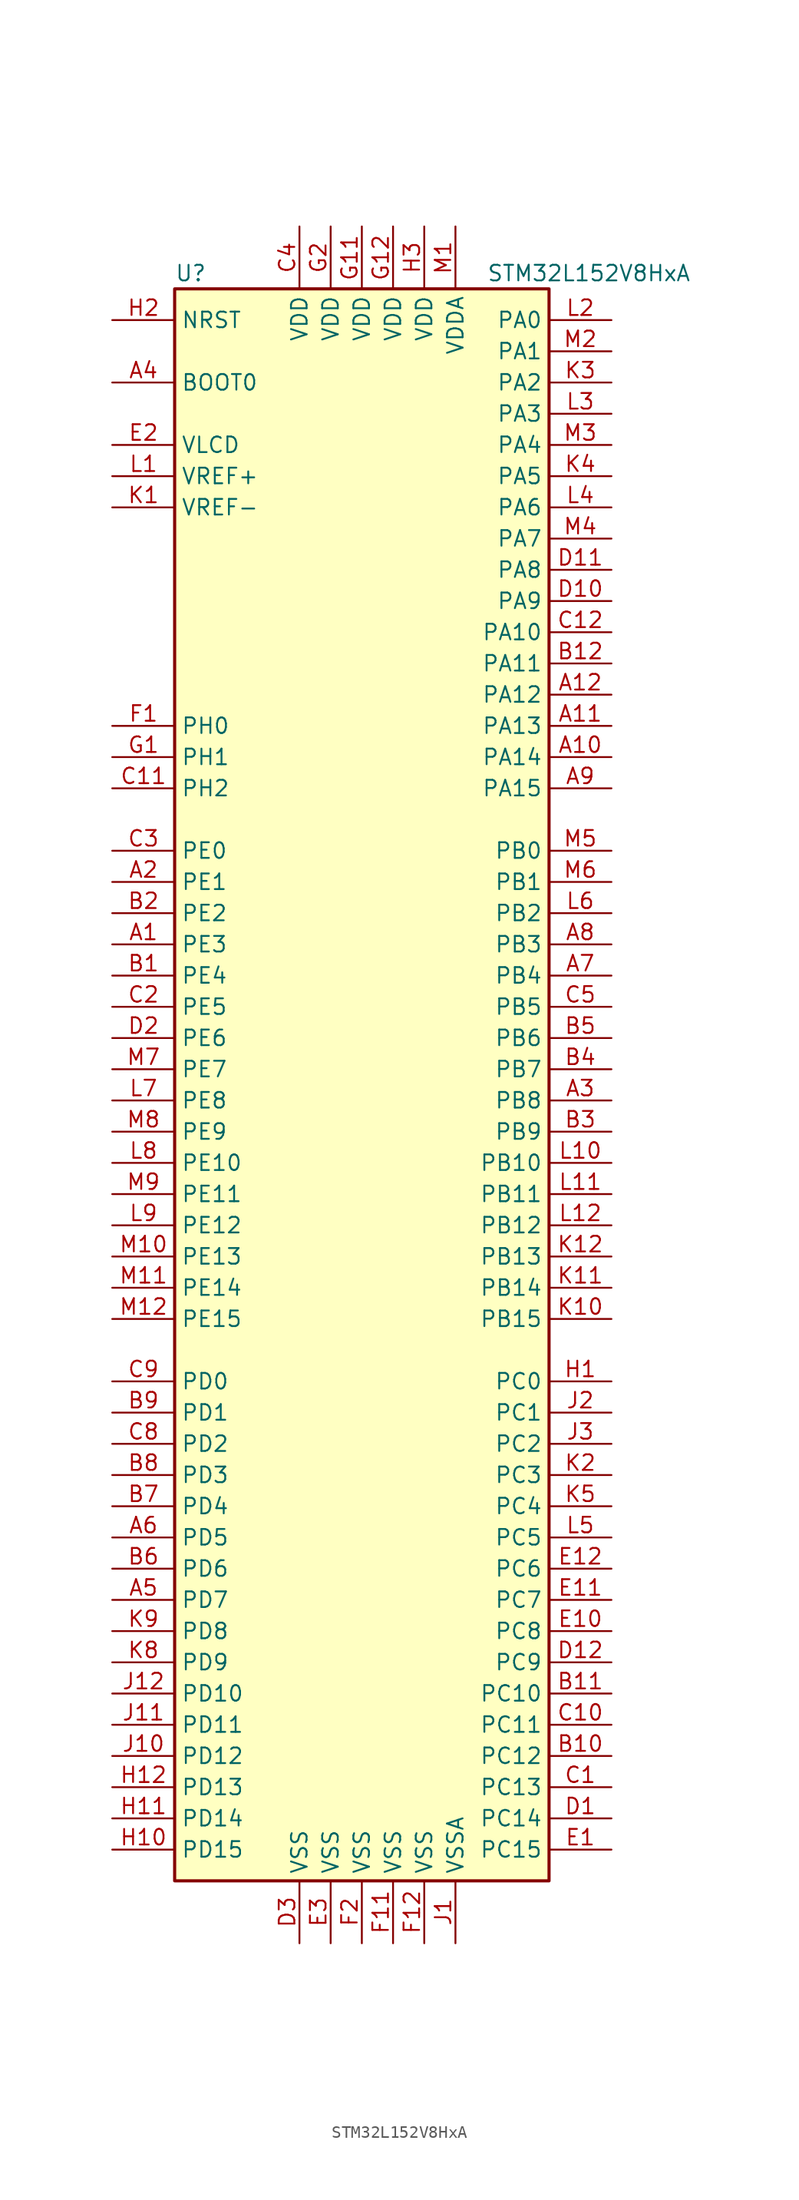
<source format=kicad_sym>
(kicad_symbol_lib
  (version 20201005)
  (generator kicad_symbol_editor)
  (symbol "MCU_ST_STM32L1:STM32L152V8HxA"
    (property "Reference" "U"
      (at -15.24 64.77 0)
      (effects (font (size 1.27 1.27)) (justify left)))
    (property "Value" "STM32L152V8HxA"
      (at 10.16 64.77 0)
      (effects (font (size 1.27 1.27)) (justify left)))
    (symbol "STM32L152V8HxA_0_1"
      (rectangle (start -15.24 -66.04) (end 15.24 63.5) (stroke (width 0.254)) (fill (type background))))
    (symbol "STM32L152V8HxA_1_1"
      (pin input line (at -20.32 55.88 0) (length 5.08) (name "BOOT0" (effects (font (size 1.27 1.27)))) (number "A4" (effects (font (size 1.27 1.27)))))
      (pin input line (at -20.32 60.96 0) (length 5.08) (name "NRST" (effects (font (size 1.27 1.27)))) (number "H2" (effects (font (size 1.27 1.27)))))
      (pin bidirectional line (at 20.32 60.96 180) (length 5.08) (name "PA0" (effects (font (size 1.27 1.27)))) (number "L2" (effects (font (size 1.27 1.27)))))
      (pin bidirectional line (at 20.32 58.42 180) (length 5.08) (name "PA1" (effects (font (size 1.27 1.27)))) (number "M2" (effects (font (size 1.27 1.27)))))
      (pin bidirectional line (at 20.32 35.56 180) (length 5.08) (name "PA10" (effects (font (size 1.27 1.27)))) (number "C12" (effects (font (size 1.27 1.27)))))
      (pin bidirectional line (at 20.32 33.02 180) (length 5.08) (name "PA11" (effects (font (size 1.27 1.27)))) (number "B12" (effects (font (size 1.27 1.27)))))
      (pin bidirectional line (at 20.32 30.48 180) (length 5.08) (name "PA12" (effects (font (size 1.27 1.27)))) (number "A12" (effects (font (size 1.27 1.27)))))
      (pin bidirectional line (at 20.32 27.94 180) (length 5.08) (name "PA13" (effects (font (size 1.27 1.27)))) (number "A11" (effects (font (size 1.27 1.27)))))
      (pin bidirectional line (at 20.32 25.4 180) (length 5.08) (name "PA14" (effects (font (size 1.27 1.27)))) (number "A10" (effects (font (size 1.27 1.27)))))
      (pin bidirectional line (at 20.32 22.86 180) (length 5.08) (name "PA15" (effects (font (size 1.27 1.27)))) (number "A9" (effects (font (size 1.27 1.27)))))
      (pin bidirectional line (at 20.32 55.88 180) (length 5.08) (name "PA2" (effects (font (size 1.27 1.27)))) (number "K3" (effects (font (size 1.27 1.27)))))
      (pin bidirectional line (at 20.32 53.34 180) (length 5.08) (name "PA3" (effects (font (size 1.27 1.27)))) (number "L3" (effects (font (size 1.27 1.27)))))
      (pin bidirectional line (at 20.32 50.8 180) (length 5.08) (name "PA4" (effects (font (size 1.27 1.27)))) (number "M3" (effects (font (size 1.27 1.27)))))
      (pin bidirectional line (at 20.32 48.26 180) (length 5.08) (name "PA5" (effects (font (size 1.27 1.27)))) (number "K4" (effects (font (size 1.27 1.27)))))
      (pin bidirectional line (at 20.32 45.72 180) (length 5.08) (name "PA6" (effects (font (size 1.27 1.27)))) (number "L4" (effects (font (size 1.27 1.27)))))
      (pin bidirectional line (at 20.32 43.18 180) (length 5.08) (name "PA7" (effects (font (size 1.27 1.27)))) (number "M4" (effects (font (size 1.27 1.27)))))
      (pin bidirectional line (at 20.32 40.64 180) (length 5.08) (name "PA8" (effects (font (size 1.27 1.27)))) (number "D11" (effects (font (size 1.27 1.27)))))
      (pin bidirectional line (at 20.32 38.1 180) (length 5.08) (name "PA9" (effects (font (size 1.27 1.27)))) (number "D10" (effects (font (size 1.27 1.27)))))
      (pin bidirectional line (at 20.32 17.78 180) (length 5.08) (name "PB0" (effects (font (size 1.27 1.27)))) (number "M5" (effects (font (size 1.27 1.27)))))
      (pin bidirectional line (at 20.32 15.24 180) (length 5.08) (name "PB1" (effects (font (size 1.27 1.27)))) (number "M6" (effects (font (size 1.27 1.27)))))
      (pin bidirectional line (at 20.32 -7.62 180) (length 5.08) (name "PB10" (effects (font (size 1.27 1.27)))) (number "L10" (effects (font (size 1.27 1.27)))))
      (pin bidirectional line (at 20.32 -10.16 180) (length 5.08) (name "PB11" (effects (font (size 1.27 1.27)))) (number "L11" (effects (font (size 1.27 1.27)))))
      (pin bidirectional line (at 20.32 -12.7 180) (length 5.08) (name "PB12" (effects (font (size 1.27 1.27)))) (number "L12" (effects (font (size 1.27 1.27)))))
      (pin bidirectional line (at 20.32 -15.24 180) (length 5.08) (name "PB13" (effects (font (size 1.27 1.27)))) (number "K12" (effects (font (size 1.27 1.27)))))
      (pin bidirectional line (at 20.32 -17.78 180) (length 5.08) (name "PB14" (effects (font (size 1.27 1.27)))) (number "K11" (effects (font (size 1.27 1.27)))))
      (pin bidirectional line (at 20.32 -20.32 180) (length 5.08) (name "PB15" (effects (font (size 1.27 1.27)))) (number "K10" (effects (font (size 1.27 1.27)))))
      (pin bidirectional line (at 20.32 12.7 180) (length 5.08) (name "PB2" (effects (font (size 1.27 1.27)))) (number "L6" (effects (font (size 1.27 1.27)))))
      (pin bidirectional line (at 20.32 10.16 180) (length 5.08) (name "PB3" (effects (font (size 1.27 1.27)))) (number "A8" (effects (font (size 1.27 1.27)))))
      (pin bidirectional line (at 20.32 7.62 180) (length 5.08) (name "PB4" (effects (font (size 1.27 1.27)))) (number "A7" (effects (font (size 1.27 1.27)))))
      (pin bidirectional line (at 20.32 5.08 180) (length 5.08) (name "PB5" (effects (font (size 1.27 1.27)))) (number "C5" (effects (font (size 1.27 1.27)))))
      (pin bidirectional line (at 20.32 2.54 180) (length 5.08) (name "PB6" (effects (font (size 1.27 1.27)))) (number "B5" (effects (font (size 1.27 1.27)))))
      (pin bidirectional line (at 20.32 0 180) (length 5.08) (name "PB7" (effects (font (size 1.27 1.27)))) (number "B4" (effects (font (size 1.27 1.27)))))
      (pin bidirectional line (at 20.32 -2.54 180) (length 5.08) (name "PB8" (effects (font (size 1.27 1.27)))) (number "A3" (effects (font (size 1.27 1.27)))))
      (pin bidirectional line (at 20.32 -5.08 180) (length 5.08) (name "PB9" (effects (font (size 1.27 1.27)))) (number "B3" (effects (font (size 1.27 1.27)))))
      (pin bidirectional line (at 20.32 -25.4 180) (length 5.08) (name "PC0" (effects (font (size 1.27 1.27)))) (number "H1" (effects (font (size 1.27 1.27)))))
      (pin bidirectional line (at 20.32 -27.94 180) (length 5.08) (name "PC1" (effects (font (size 1.27 1.27)))) (number "J2" (effects (font (size 1.27 1.27)))))
      (pin bidirectional line (at 20.32 -50.8 180) (length 5.08) (name "PC10" (effects (font (size 1.27 1.27)))) (number "B11" (effects (font (size 1.27 1.27)))))
      (pin bidirectional line (at 20.32 -53.34 180) (length 5.08) (name "PC11" (effects (font (size 1.27 1.27)))) (number "C10" (effects (font (size 1.27 1.27)))))
      (pin bidirectional line (at 20.32 -55.88 180) (length 5.08) (name "PC12" (effects (font (size 1.27 1.27)))) (number "B10" (effects (font (size 1.27 1.27)))))
      (pin bidirectional line (at 20.32 -58.42 180) (length 5.08) (name "PC13" (effects (font (size 1.27 1.27)))) (number "C1" (effects (font (size 1.27 1.27)))))
      (pin bidirectional line (at 20.32 -60.96 180) (length 5.08) (name "PC14" (effects (font (size 1.27 1.27)))) (number "D1" (effects (font (size 1.27 1.27)))))
      (pin bidirectional line (at 20.32 -63.5 180) (length 5.08) (name "PC15" (effects (font (size 1.27 1.27)))) (number "E1" (effects (font (size 1.27 1.27)))))
      (pin bidirectional line (at 20.32 -30.48 180) (length 5.08) (name "PC2" (effects (font (size 1.27 1.27)))) (number "J3" (effects (font (size 1.27 1.27)))))
      (pin bidirectional line (at 20.32 -33.02 180) (length 5.08) (name "PC3" (effects (font (size 1.27 1.27)))) (number "K2" (effects (font (size 1.27 1.27)))))
      (pin bidirectional line (at 20.32 -35.56 180) (length 5.08) (name "PC4" (effects (font (size 1.27 1.27)))) (number "K5" (effects (font (size 1.27 1.27)))))
      (pin bidirectional line (at 20.32 -38.1 180) (length 5.08) (name "PC5" (effects (font (size 1.27 1.27)))) (number "L5" (effects (font (size 1.27 1.27)))))
      (pin bidirectional line (at 20.32 -40.64 180) (length 5.08) (name "PC6" (effects (font (size 1.27 1.27)))) (number "E12" (effects (font (size 1.27 1.27)))))
      (pin bidirectional line (at 20.32 -43.18 180) (length 5.08) (name "PC7" (effects (font (size 1.27 1.27)))) (number "E11" (effects (font (size 1.27 1.27)))))
      (pin bidirectional line (at 20.32 -45.72 180) (length 5.08) (name "PC8" (effects (font (size 1.27 1.27)))) (number "E10" (effects (font (size 1.27 1.27)))))
      (pin bidirectional line (at 20.32 -48.26 180) (length 5.08) (name "PC9" (effects (font (size 1.27 1.27)))) (number "D12" (effects (font (size 1.27 1.27)))))
      (pin bidirectional line (at -20.32 -25.4 0) (length 5.08) (name "PD0" (effects (font (size 1.27 1.27)))) (number "C9" (effects (font (size 1.27 1.27)))))
      (pin bidirectional line (at -20.32 -27.94 0) (length 5.08) (name "PD1" (effects (font (size 1.27 1.27)))) (number "B9" (effects (font (size 1.27 1.27)))))
      (pin bidirectional line (at -20.32 -50.8 0) (length 5.08) (name "PD10" (effects (font (size 1.27 1.27)))) (number "J12" (effects (font (size 1.27 1.27)))))
      (pin bidirectional line (at -20.32 -53.34 0) (length 5.08) (name "PD11" (effects (font (size 1.27 1.27)))) (number "J11" (effects (font (size 1.27 1.27)))))
      (pin bidirectional line (at -20.32 -55.88 0) (length 5.08) (name "PD12" (effects (font (size 1.27 1.27)))) (number "J10" (effects (font (size 1.27 1.27)))))
      (pin bidirectional line (at -20.32 -58.42 0) (length 5.08) (name "PD13" (effects (font (size 1.27 1.27)))) (number "H12" (effects (font (size 1.27 1.27)))))
      (pin bidirectional line (at -20.32 -60.96 0) (length 5.08) (name "PD14" (effects (font (size 1.27 1.27)))) (number "H11" (effects (font (size 1.27 1.27)))))
      (pin bidirectional line (at -20.32 -63.5 0) (length 5.08) (name "PD15" (effects (font (size 1.27 1.27)))) (number "H10" (effects (font (size 1.27 1.27)))))
      (pin bidirectional line (at -20.32 -30.48 0) (length 5.08) (name "PD2" (effects (font (size 1.27 1.27)))) (number "C8" (effects (font (size 1.27 1.27)))))
      (pin bidirectional line (at -20.32 -33.02 0) (length 5.08) (name "PD3" (effects (font (size 1.27 1.27)))) (number "B8" (effects (font (size 1.27 1.27)))))
      (pin bidirectional line (at -20.32 -35.56 0) (length 5.08) (name "PD4" (effects (font (size 1.27 1.27)))) (number "B7" (effects (font (size 1.27 1.27)))))
      (pin bidirectional line (at -20.32 -38.1 0) (length 5.08) (name "PD5" (effects (font (size 1.27 1.27)))) (number "A6" (effects (font (size 1.27 1.27)))))
      (pin bidirectional line (at -20.32 -40.64 0) (length 5.08) (name "PD6" (effects (font (size 1.27 1.27)))) (number "B6" (effects (font (size 1.27 1.27)))))
      (pin bidirectional line (at -20.32 -43.18 0) (length 5.08) (name "PD7" (effects (font (size 1.27 1.27)))) (number "A5" (effects (font (size 1.27 1.27)))))
      (pin bidirectional line (at -20.32 -45.72 0) (length 5.08) (name "PD8" (effects (font (size 1.27 1.27)))) (number "K9" (effects (font (size 1.27 1.27)))))
      (pin bidirectional line (at -20.32 -48.26 0) (length 5.08) (name "PD9" (effects (font (size 1.27 1.27)))) (number "K8" (effects (font (size 1.27 1.27)))))
      (pin bidirectional line (at -20.32 17.78 0) (length 5.08) (name "PE0" (effects (font (size 1.27 1.27)))) (number "C3" (effects (font (size 1.27 1.27)))))
      (pin bidirectional line (at -20.32 15.24 0) (length 5.08) (name "PE1" (effects (font (size 1.27 1.27)))) (number "A2" (effects (font (size 1.27 1.27)))))
      (pin bidirectional line (at -20.32 -7.62 0) (length 5.08) (name "PE10" (effects (font (size 1.27 1.27)))) (number "L8" (effects (font (size 1.27 1.27)))))
      (pin bidirectional line (at -20.32 -10.16 0) (length 5.08) (name "PE11" (effects (font (size 1.27 1.27)))) (number "M9" (effects (font (size 1.27 1.27)))))
      (pin bidirectional line (at -20.32 -12.7 0) (length 5.08) (name "PE12" (effects (font (size 1.27 1.27)))) (number "L9" (effects (font (size 1.27 1.27)))))
      (pin bidirectional line (at -20.32 -15.24 0) (length 5.08) (name "PE13" (effects (font (size 1.27 1.27)))) (number "M10" (effects (font (size 1.27 1.27)))))
      (pin bidirectional line (at -20.32 -17.78 0) (length 5.08) (name "PE14" (effects (font (size 1.27 1.27)))) (number "M11" (effects (font (size 1.27 1.27)))))
      (pin bidirectional line (at -20.32 -20.32 0) (length 5.08) (name "PE15" (effects (font (size 1.27 1.27)))) (number "M12" (effects (font (size 1.27 1.27)))))
      (pin bidirectional line (at -20.32 12.7 0) (length 5.08) (name "PE2" (effects (font (size 1.27 1.27)))) (number "B2" (effects (font (size 1.27 1.27)))))
      (pin bidirectional line (at -20.32 10.16 0) (length 5.08) (name "PE3" (effects (font (size 1.27 1.27)))) (number "A1" (effects (font (size 1.27 1.27)))))
      (pin bidirectional line (at -20.32 7.62 0) (length 5.08) (name "PE4" (effects (font (size 1.27 1.27)))) (number "B1" (effects (font (size 1.27 1.27)))))
      (pin bidirectional line (at -20.32 5.08 0) (length 5.08) (name "PE5" (effects (font (size 1.27 1.27)))) (number "C2" (effects (font (size 1.27 1.27)))))
      (pin bidirectional line (at -20.32 2.54 0) (length 5.08) (name "PE6" (effects (font (size 1.27 1.27)))) (number "D2" (effects (font (size 1.27 1.27)))))
      (pin bidirectional line (at -20.32 0 0) (length 5.08) (name "PE7" (effects (font (size 1.27 1.27)))) (number "M7" (effects (font (size 1.27 1.27)))))
      (pin bidirectional line (at -20.32 -2.54 0) (length 5.08) (name "PE8" (effects (font (size 1.27 1.27)))) (number "L7" (effects (font (size 1.27 1.27)))))
      (pin bidirectional line (at -20.32 -5.08 0) (length 5.08) (name "PE9" (effects (font (size 1.27 1.27)))) (number "M8" (effects (font (size 1.27 1.27)))))
      (pin input line (at -20.32 27.94 0) (length 5.08) (name "PH0" (effects (font (size 1.27 1.27)))) (number "F1" (effects (font (size 1.27 1.27)))))
      (pin input line (at -20.32 25.4 0) (length 5.08) (name "PH1" (effects (font (size 1.27 1.27)))) (number "G1" (effects (font (size 1.27 1.27)))))
      (pin bidirectional line (at -20.32 22.86 0) (length 5.08) (name "PH2" (effects (font (size 1.27 1.27)))) (number "C11" (effects (font (size 1.27 1.27)))))
      (pin power_in line (at -5.08 68.58 270) (length 5.08) (name "VDD" (effects (font (size 1.27 1.27)))) (number "C4" (effects (font (size 1.27 1.27)))))
      (pin power_in line (at 0 68.58 270) (length 5.08) (name "VDD" (effects (font (size 1.27 1.27)))) (number "G11" (effects (font (size 1.27 1.27)))))
      (pin power_in line (at 2.54 68.58 270) (length 5.08) (name "VDD" (effects (font (size 1.27 1.27)))) (number "G12" (effects (font (size 1.27 1.27)))))
      (pin power_in line (at -2.54 68.58 270) (length 5.08) (name "VDD" (effects (font (size 1.27 1.27)))) (number "G2" (effects (font (size 1.27 1.27)))))
      (pin power_in line (at 5.08 68.58 270) (length 5.08) (name "VDD" (effects (font (size 1.27 1.27)))) (number "H3" (effects (font (size 1.27 1.27)))))
      (pin power_in line (at 7.62 68.58 270) (length 5.08) (name "VDDA" (effects (font (size 1.27 1.27)))) (number "M1" (effects (font (size 1.27 1.27)))))
      (pin power_in line (at -20.32 50.8 0) (length 5.08) (name "VLCD" (effects (font (size 1.27 1.27)))) (number "E2" (effects (font (size 1.27 1.27)))))
      (pin power_in line (at -20.32 48.26 0) (length 5.08) (name "VREF+" (effects (font (size 1.27 1.27)))) (number "L1" (effects (font (size 1.27 1.27)))))
      (pin power_in line (at -20.32 45.72 0) (length 5.08) (name "VREF-" (effects (font (size 1.27 1.27)))) (number "K1" (effects (font (size 1.27 1.27)))))
      (pin power_in line (at -5.08 -71.12 90) (length 5.08) (name "VSS" (effects (font (size 1.27 1.27)))) (number "D3" (effects (font (size 1.27 1.27)))))
      (pin power_in line (at -2.54 -71.12 90) (length 5.08) (name "VSS" (effects (font (size 1.27 1.27)))) (number "E3" (effects (font (size 1.27 1.27)))))
      (pin power_in line (at 2.54 -71.12 90) (length 5.08) (name "VSS" (effects (font (size 1.27 1.27)))) (number "F11" (effects (font (size 1.27 1.27)))))
      (pin power_in line (at 5.08 -71.12 90) (length 5.08) (name "VSS" (effects (font (size 1.27 1.27)))) (number "F12" (effects (font (size 1.27 1.27)))))
      (pin power_in line (at 0 -71.12 90) (length 5.08) (name "VSS" (effects (font (size 1.27 1.27)))) (number "F2" (effects (font (size 1.27 1.27)))))
      (pin power_in line (at 7.62 -71.12 90) (length 5.08) (name "VSSA" (effects (font (size 1.27 1.27)))) (number "J1" (effects (font (size 1.27 1.27))))))))
</source>
